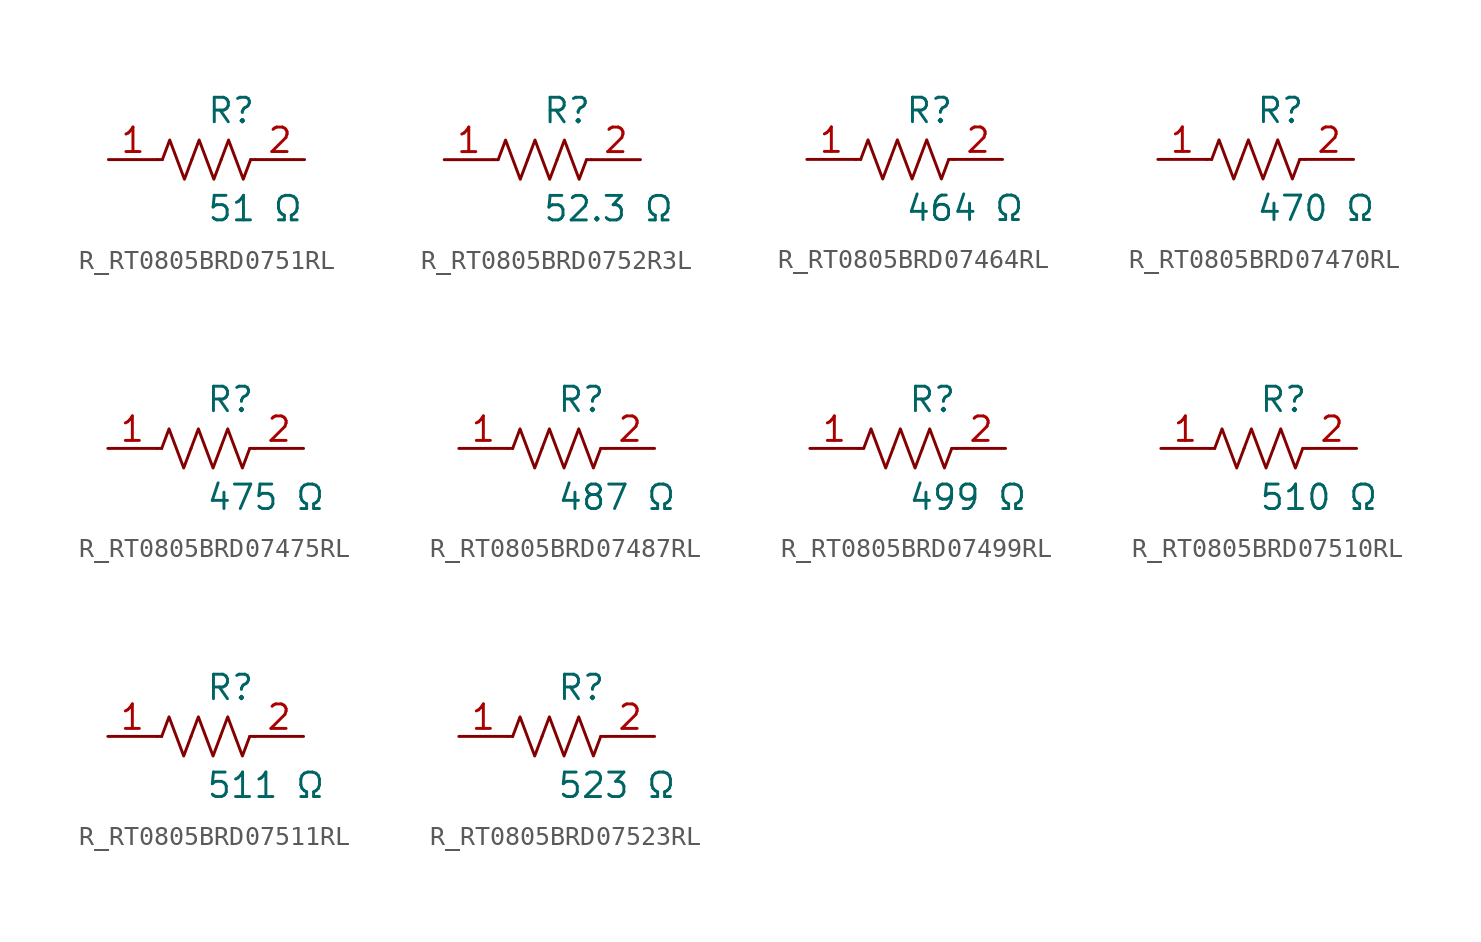
<source format=kicad_sym>
(kicad_symbol_lib
  (version 20231120)
  (generator kicad_symbol_editor)
  (generator_version 8.0)
  (symbol "R_RT0805BRD0751RL"
    (pin_names
      (offset 0.254))
    (property "Reference" "R"
      (at 0.0 2.54 0)
      (effects (font (size 1.27 1.27)) (justify left)))
    (property "Value" "51 Ω"
      (at 0.0 -2.54 0)
      (effects (font (size 1.27 1.27)) (justify left)))
    (symbol "R_RT0805BRD0751RL_0_1"
      (polyline (pts (xy 2.286 0) (xy 2.54 0)) (stroke (width 0) (type default)) (fill (type none)))
      (polyline (pts (xy -2.286 0) (xy -2.54 0)) (stroke (width 0) (type default)) (fill (type none)))
      (polyline (pts (xy 0.762 0) (xy 1.143 1.016) (xy 1.524 0) (xy 1.905 -1.016) (xy 2.286 0)) (stroke (width 0) (type default)) (fill (type none)))
      (polyline (pts (xy -0.762 0) (xy -0.381 1.016) (xy 0 0) (xy 0.381 -1.016) (xy 0.762 0)) (stroke (width 0) (type default)) (fill (type none)))
      (polyline (pts (xy -2.286 0) (xy -1.905 1.016) (xy -1.524 0) (xy -1.143 -1.016) (xy -0.762 0)) (stroke (width 0) (type default)) (fill (type none))))
    (pin unspecified line
      (at -5.08 0 0)
      (length 2.54)
      (name "" (effects (font (size 1.27 1.27))))
      (number "1" (effects (font (size 1.27 1.27)))))
    (pin unspecified line
      (at 5.08 0 180)
      (length 2.54)
      (name "" (effects (font (size 1.27 1.27))))
      (number "2" (effects (font (size 1.27 1.27))))))
  (symbol "R_RT0805BRD0752R3L"
    (pin_names
      (offset 0.254))
    (property "Reference" "R"
      (at 0.0 2.54 0)
      (effects (font (size 1.27 1.27)) (justify left)))
    (property "Value" "52.3 Ω"
      (at 0.0 -2.54 0)
      (effects (font (size 1.27 1.27)) (justify left)))
    (symbol "R_RT0805BRD0752R3L_0_1"
      (polyline (pts (xy 2.286 0) (xy 2.54 0)) (stroke (width 0) (type default)) (fill (type none)))
      (polyline (pts (xy -2.286 0) (xy -2.54 0)) (stroke (width 0) (type default)) (fill (type none)))
      (polyline (pts (xy 0.762 0) (xy 1.143 1.016) (xy 1.524 0) (xy 1.905 -1.016) (xy 2.286 0)) (stroke (width 0) (type default)) (fill (type none)))
      (polyline (pts (xy -0.762 0) (xy -0.381 1.016) (xy 0 0) (xy 0.381 -1.016) (xy 0.762 0)) (stroke (width 0) (type default)) (fill (type none)))
      (polyline (pts (xy -2.286 0) (xy -1.905 1.016) (xy -1.524 0) (xy -1.143 -1.016) (xy -0.762 0)) (stroke (width 0) (type default)) (fill (type none))))
    (pin unspecified line
      (at -5.08 0 0)
      (length 2.54)
      (name "" (effects (font (size 1.27 1.27))))
      (number "1" (effects (font (size 1.27 1.27)))))
    (pin unspecified line
      (at 5.08 0 180)
      (length 2.54)
      (name "" (effects (font (size 1.27 1.27))))
      (number "2" (effects (font (size 1.27 1.27))))))
  (symbol "R_RT0805BRD07464RL"
    (pin_names
      (offset 0.254))
    (property "Reference" "R"
      (at 0.0 2.54 0)
      (effects (font (size 1.27 1.27)) (justify left)))
    (property "Value" "464 Ω"
      (at 0.0 -2.54 0)
      (effects (font (size 1.27 1.27)) (justify left)))
    (symbol "R_RT0805BRD07464RL_0_1"
      (polyline (pts (xy 2.286 0) (xy 2.54 0)) (stroke (width 0) (type default)) (fill (type none)))
      (polyline (pts (xy -2.286 0) (xy -2.54 0)) (stroke (width 0) (type default)) (fill (type none)))
      (polyline (pts (xy 0.762 0) (xy 1.143 1.016) (xy 1.524 0) (xy 1.905 -1.016) (xy 2.286 0)) (stroke (width 0) (type default)) (fill (type none)))
      (polyline (pts (xy -0.762 0) (xy -0.381 1.016) (xy 0 0) (xy 0.381 -1.016) (xy 0.762 0)) (stroke (width 0) (type default)) (fill (type none)))
      (polyline (pts (xy -2.286 0) (xy -1.905 1.016) (xy -1.524 0) (xy -1.143 -1.016) (xy -0.762 0)) (stroke (width 0) (type default)) (fill (type none))))
    (pin unspecified line
      (at -5.08 0 0)
      (length 2.54)
      (name "" (effects (font (size 1.27 1.27))))
      (number "1" (effects (font (size 1.27 1.27)))))
    (pin unspecified line
      (at 5.08 0 180)
      (length 2.54)
      (name "" (effects (font (size 1.27 1.27))))
      (number "2" (effects (font (size 1.27 1.27))))))
  (symbol "R_RT0805BRD07470RL"
    (pin_names
      (offset 0.254))
    (property "Reference" "R"
      (at 0.0 2.54 0)
      (effects (font (size 1.27 1.27)) (justify left)))
    (property "Value" "470 Ω"
      (at 0.0 -2.54 0)
      (effects (font (size 1.27 1.27)) (justify left)))
    (symbol "R_RT0805BRD07470RL_0_1"
      (polyline (pts (xy 2.286 0) (xy 2.54 0)) (stroke (width 0) (type default)) (fill (type none)))
      (polyline (pts (xy -2.286 0) (xy -2.54 0)) (stroke (width 0) (type default)) (fill (type none)))
      (polyline (pts (xy 0.762 0) (xy 1.143 1.016) (xy 1.524 0) (xy 1.905 -1.016) (xy 2.286 0)) (stroke (width 0) (type default)) (fill (type none)))
      (polyline (pts (xy -0.762 0) (xy -0.381 1.016) (xy 0 0) (xy 0.381 -1.016) (xy 0.762 0)) (stroke (width 0) (type default)) (fill (type none)))
      (polyline (pts (xy -2.286 0) (xy -1.905 1.016) (xy -1.524 0) (xy -1.143 -1.016) (xy -0.762 0)) (stroke (width 0) (type default)) (fill (type none))))
    (pin unspecified line
      (at -5.08 0 0)
      (length 2.54)
      (name "" (effects (font (size 1.27 1.27))))
      (number "1" (effects (font (size 1.27 1.27)))))
    (pin unspecified line
      (at 5.08 0 180)
      (length 2.54)
      (name "" (effects (font (size 1.27 1.27))))
      (number "2" (effects (font (size 1.27 1.27))))))
  (symbol "R_RT0805BRD07475RL"
    (pin_names
      (offset 0.254))
    (property "Reference" "R"
      (at 0.0 2.54 0)
      (effects (font (size 1.27 1.27)) (justify left)))
    (property "Value" "475 Ω"
      (at 0.0 -2.54 0)
      (effects (font (size 1.27 1.27)) (justify left)))
    (symbol "R_RT0805BRD07475RL_0_1"
      (polyline (pts (xy 2.286 0) (xy 2.54 0)) (stroke (width 0) (type default)) (fill (type none)))
      (polyline (pts (xy -2.286 0) (xy -2.54 0)) (stroke (width 0) (type default)) (fill (type none)))
      (polyline (pts (xy 0.762 0) (xy 1.143 1.016) (xy 1.524 0) (xy 1.905 -1.016) (xy 2.286 0)) (stroke (width 0) (type default)) (fill (type none)))
      (polyline (pts (xy -0.762 0) (xy -0.381 1.016) (xy 0 0) (xy 0.381 -1.016) (xy 0.762 0)) (stroke (width 0) (type default)) (fill (type none)))
      (polyline (pts (xy -2.286 0) (xy -1.905 1.016) (xy -1.524 0) (xy -1.143 -1.016) (xy -0.762 0)) (stroke (width 0) (type default)) (fill (type none))))
    (pin unspecified line
      (at -5.08 0 0)
      (length 2.54)
      (name "" (effects (font (size 1.27 1.27))))
      (number "1" (effects (font (size 1.27 1.27)))))
    (pin unspecified line
      (at 5.08 0 180)
      (length 2.54)
      (name "" (effects (font (size 1.27 1.27))))
      (number "2" (effects (font (size 1.27 1.27))))))
  (symbol "R_RT0805BRD07487RL"
    (pin_names
      (offset 0.254))
    (property "Reference" "R"
      (at 0.0 2.54 0)
      (effects (font (size 1.27 1.27)) (justify left)))
    (property "Value" "487 Ω"
      (at 0.0 -2.54 0)
      (effects (font (size 1.27 1.27)) (justify left)))
    (symbol "R_RT0805BRD07487RL_0_1"
      (polyline (pts (xy 2.286 0) (xy 2.54 0)) (stroke (width 0) (type default)) (fill (type none)))
      (polyline (pts (xy -2.286 0) (xy -2.54 0)) (stroke (width 0) (type default)) (fill (type none)))
      (polyline (pts (xy 0.762 0) (xy 1.143 1.016) (xy 1.524 0) (xy 1.905 -1.016) (xy 2.286 0)) (stroke (width 0) (type default)) (fill (type none)))
      (polyline (pts (xy -0.762 0) (xy -0.381 1.016) (xy 0 0) (xy 0.381 -1.016) (xy 0.762 0)) (stroke (width 0) (type default)) (fill (type none)))
      (polyline (pts (xy -2.286 0) (xy -1.905 1.016) (xy -1.524 0) (xy -1.143 -1.016) (xy -0.762 0)) (stroke (width 0) (type default)) (fill (type none))))
    (pin unspecified line
      (at -5.08 0 0)
      (length 2.54)
      (name "" (effects (font (size 1.27 1.27))))
      (number "1" (effects (font (size 1.27 1.27)))))
    (pin unspecified line
      (at 5.08 0 180)
      (length 2.54)
      (name "" (effects (font (size 1.27 1.27))))
      (number "2" (effects (font (size 1.27 1.27))))))
  (symbol "R_RT0805BRD07499RL"
    (pin_names
      (offset 0.254))
    (property "Reference" "R"
      (at 0.0 2.54 0)
      (effects (font (size 1.27 1.27)) (justify left)))
    (property "Value" "499 Ω"
      (at 0.0 -2.54 0)
      (effects (font (size 1.27 1.27)) (justify left)))
    (symbol "R_RT0805BRD07499RL_0_1"
      (polyline (pts (xy 2.286 0) (xy 2.54 0)) (stroke (width 0) (type default)) (fill (type none)))
      (polyline (pts (xy -2.286 0) (xy -2.54 0)) (stroke (width 0) (type default)) (fill (type none)))
      (polyline (pts (xy 0.762 0) (xy 1.143 1.016) (xy 1.524 0) (xy 1.905 -1.016) (xy 2.286 0)) (stroke (width 0) (type default)) (fill (type none)))
      (polyline (pts (xy -0.762 0) (xy -0.381 1.016) (xy 0 0) (xy 0.381 -1.016) (xy 0.762 0)) (stroke (width 0) (type default)) (fill (type none)))
      (polyline (pts (xy -2.286 0) (xy -1.905 1.016) (xy -1.524 0) (xy -1.143 -1.016) (xy -0.762 0)) (stroke (width 0) (type default)) (fill (type none))))
    (pin unspecified line
      (at -5.08 0 0)
      (length 2.54)
      (name "" (effects (font (size 1.27 1.27))))
      (number "1" (effects (font (size 1.27 1.27)))))
    (pin unspecified line
      (at 5.08 0 180)
      (length 2.54)
      (name "" (effects (font (size 1.27 1.27))))
      (number "2" (effects (font (size 1.27 1.27))))))
  (symbol "R_RT0805BRD07510RL"
    (pin_names
      (offset 0.254))
    (property "Reference" "R"
      (at 0.0 2.54 0)
      (effects (font (size 1.27 1.27)) (justify left)))
    (property "Value" "510 Ω"
      (at 0.0 -2.54 0)
      (effects (font (size 1.27 1.27)) (justify left)))
    (symbol "R_RT0805BRD07510RL_0_1"
      (polyline (pts (xy 2.286 0) (xy 2.54 0)) (stroke (width 0) (type default)) (fill (type none)))
      (polyline (pts (xy -2.286 0) (xy -2.54 0)) (stroke (width 0) (type default)) (fill (type none)))
      (polyline (pts (xy 0.762 0) (xy 1.143 1.016) (xy 1.524 0) (xy 1.905 -1.016) (xy 2.286 0)) (stroke (width 0) (type default)) (fill (type none)))
      (polyline (pts (xy -0.762 0) (xy -0.381 1.016) (xy 0 0) (xy 0.381 -1.016) (xy 0.762 0)) (stroke (width 0) (type default)) (fill (type none)))
      (polyline (pts (xy -2.286 0) (xy -1.905 1.016) (xy -1.524 0) (xy -1.143 -1.016) (xy -0.762 0)) (stroke (width 0) (type default)) (fill (type none))))
    (pin unspecified line
      (at -5.08 0 0)
      (length 2.54)
      (name "" (effects (font (size 1.27 1.27))))
      (number "1" (effects (font (size 1.27 1.27)))))
    (pin unspecified line
      (at 5.08 0 180)
      (length 2.54)
      (name "" (effects (font (size 1.27 1.27))))
      (number "2" (effects (font (size 1.27 1.27))))))
  (symbol "R_RT0805BRD07511RL"
    (pin_names
      (offset 0.254))
    (property "Reference" "R"
      (at 0.0 2.54 0)
      (effects (font (size 1.27 1.27)) (justify left)))
    (property "Value" "511 Ω"
      (at 0.0 -2.54 0)
      (effects (font (size 1.27 1.27)) (justify left)))
    (symbol "R_RT0805BRD07511RL_0_1"
      (polyline (pts (xy 2.286 0) (xy 2.54 0)) (stroke (width 0) (type default)) (fill (type none)))
      (polyline (pts (xy -2.286 0) (xy -2.54 0)) (stroke (width 0) (type default)) (fill (type none)))
      (polyline (pts (xy 0.762 0) (xy 1.143 1.016) (xy 1.524 0) (xy 1.905 -1.016) (xy 2.286 0)) (stroke (width 0) (type default)) (fill (type none)))
      (polyline (pts (xy -0.762 0) (xy -0.381 1.016) (xy 0 0) (xy 0.381 -1.016) (xy 0.762 0)) (stroke (width 0) (type default)) (fill (type none)))
      (polyline (pts (xy -2.286 0) (xy -1.905 1.016) (xy -1.524 0) (xy -1.143 -1.016) (xy -0.762 0)) (stroke (width 0) (type default)) (fill (type none))))
    (pin unspecified line
      (at -5.08 0 0)
      (length 2.54)
      (name "" (effects (font (size 1.27 1.27))))
      (number "1" (effects (font (size 1.27 1.27)))))
    (pin unspecified line
      (at 5.08 0 180)
      (length 2.54)
      (name "" (effects (font (size 1.27 1.27))))
      (number "2" (effects (font (size 1.27 1.27))))))
  (symbol "R_RT0805BRD07523RL"
    (pin_names
      (offset 0.254))
    (property "Reference" "R"
      (at 0.0 2.54 0)
      (effects (font (size 1.27 1.27)) (justify left)))
    (property "Value" "523 Ω"
      (at 0.0 -2.54 0)
      (effects (font (size 1.27 1.27)) (justify left)))
    (symbol "R_RT0805BRD07523RL_0_1"
      (polyline (pts (xy 2.286 0) (xy 2.54 0)) (stroke (width 0) (type default)) (fill (type none)))
      (polyline (pts (xy -2.286 0) (xy -2.54 0)) (stroke (width 0) (type default)) (fill (type none)))
      (polyline (pts (xy 0.762 0) (xy 1.143 1.016) (xy 1.524 0) (xy 1.905 -1.016) (xy 2.286 0)) (stroke (width 0) (type default)) (fill (type none)))
      (polyline (pts (xy -0.762 0) (xy -0.381 1.016) (xy 0 0) (xy 0.381 -1.016) (xy 0.762 0)) (stroke (width 0) (type default)) (fill (type none)))
      (polyline (pts (xy -2.286 0) (xy -1.905 1.016) (xy -1.524 0) (xy -1.143 -1.016) (xy -0.762 0)) (stroke (width 0) (type default)) (fill (type none))))
    (pin unspecified line
      (at -5.08 0 0)
      (length 2.54)
      (name "" (effects (font (size 1.27 1.27))))
      (number "1" (effects (font (size 1.27 1.27)))))
    (pin unspecified line
      (at 5.08 0 180)
      (length 2.54)
      (name "" (effects (font (size 1.27 1.27))))
      (number "2" (effects (font (size 1.27 1.27)))))))
</source>
